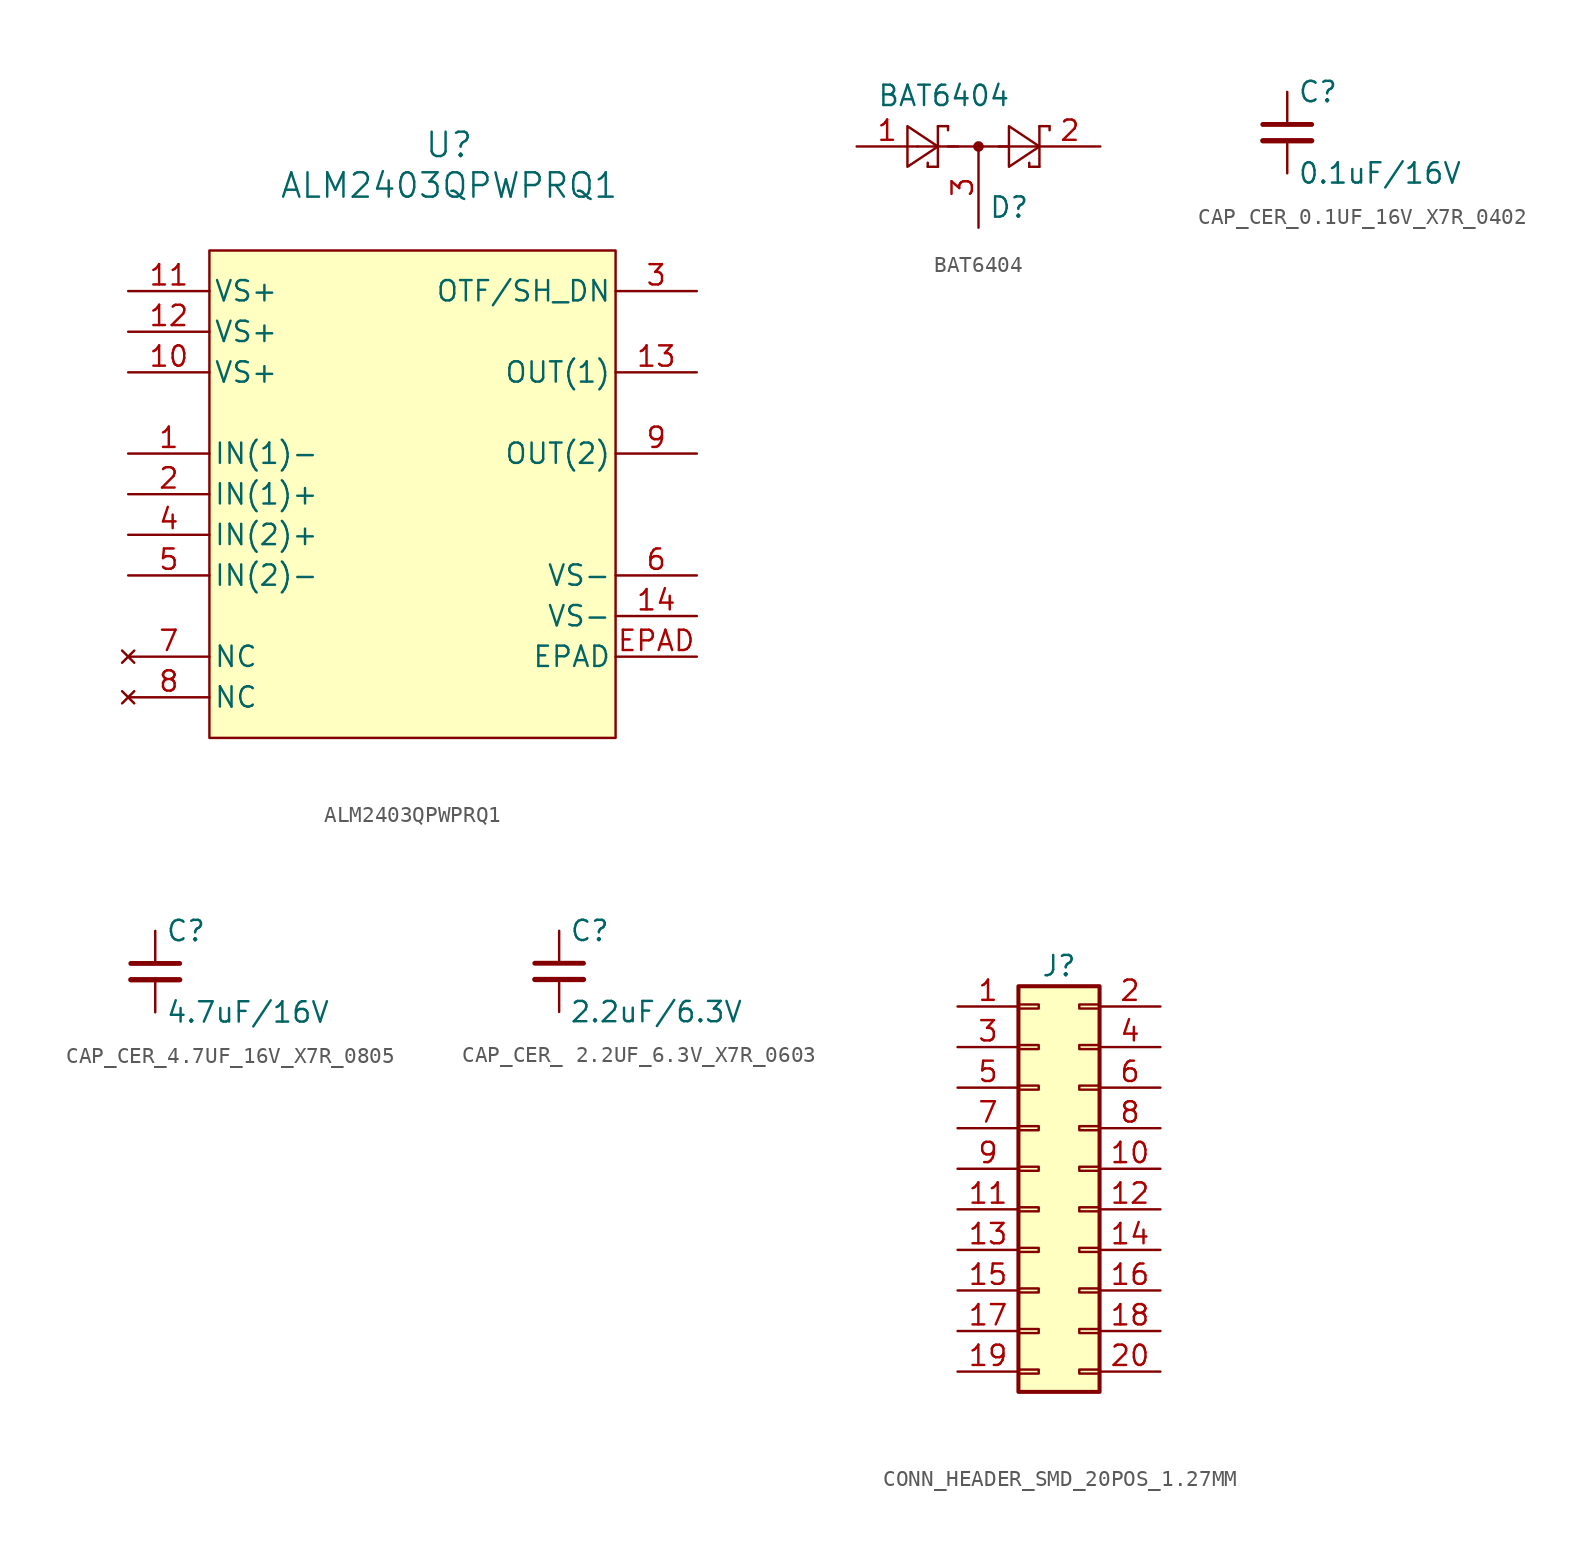
<source format=kicad_sym>
(kicad_symbol_lib
  (version 20231120)
  (generator "kicad_symbol_editor")
  (generator_version "8.0")
  (symbol "ALM2403QPWPRQ1"
    (pin_names
      (offset 0.254))
    (property "Reference" "U"
      (at 20.066 9.144 0)
      (effects (font (size 1.524 1.524))))
    (property "Value" "ALM2403QPWPRQ1"
      (at 20.066 6.604 0)
      (effects (font (size 1.524 1.524))))
    (symbol "ALM2403QPWPRQ1_0_1"
      (pin input line (at 0 -10.16 0) (length 5.08) (name "IN(1)-" (effects (font (size 1.27 1.27)))) (number "1" (effects (font (size 1.27 1.27)))))
      (pin power_in line (at 0 -5.08 0) (length 5.08) (name "VS+" (effects (font (size 1.27 1.27)))) (number "10" (effects (font (size 1.27 1.27)))))
      (pin power_in line (at 0 0 0) (length 5.08) (name "VS+" (effects (font (size 1.27 1.27)))) (number "11" (effects (font (size 1.27 1.27)))))
      (pin power_in line (at 0 -2.54 0) (length 5.08) (name "VS+" (effects (font (size 1.27 1.27)))) (number "12" (effects (font (size 1.27 1.27)))))
      (pin output line (at 35.56 -5.08 180) (length 5.08) (name "OUT(1)" (effects (font (size 1.27 1.27)))) (number "13" (effects (font (size 1.27 1.27)))))
      (pin power_in line (at 35.56 -20.32 180) (length 5.08) (name "VS-" (effects (font (size 1.27 1.27)))) (number "14" (effects (font (size 1.27 1.27)))))
      (pin input line (at 0 -12.7 0) (length 5.08) (name "IN(1)+" (effects (font (size 1.27 1.27)))) (number "2" (effects (font (size 1.27 1.27)))))
      (pin input line (at 35.56 0 180) (length 5.08) (name "OTF/SH_DN" (effects (font (size 1.27 1.27)))) (number "3" (effects (font (size 1.27 1.27)))))
      (pin input line (at 0 -15.24 0) (length 5.08) (name "IN(2)+" (effects (font (size 1.27 1.27)))) (number "4" (effects (font (size 1.27 1.27)))))
      (pin input line (at 0 -17.78 0) (length 5.08) (name "IN(2)-" (effects (font (size 1.27 1.27)))) (number "5" (effects (font (size 1.27 1.27)))))
      (pin power_in line (at 35.56 -17.78 180) (length 5.08) (name "VS-" (effects (font (size 1.27 1.27)))) (number "6" (effects (font (size 1.27 1.27)))))
      (pin no_connect line (at 0 -22.86 0) (length 5.08) (name "NC" (effects (font (size 1.27 1.27)))) (number "7" (effects (font (size 1.27 1.27)))))
      (pin no_connect line (at 0 -25.4 0) (length 5.08) (name "NC" (effects (font (size 1.27 1.27)))) (number "8" (effects (font (size 1.27 1.27)))))
      (pin output line (at 35.56 -10.16 180) (length 5.08) (name "OUT(2)" (effects (font (size 1.27 1.27)))) (number "9" (effects (font (size 1.27 1.27)))))
      (pin power_in line (at 35.56 -22.86 180) (length 5.08) (name "EPAD" (effects (font (size 1.27 1.27)))) (number "EPAD" (effects (font (size 1.27 1.27))))))
    (symbol "ALM2403QPWPRQ1_1_1"
      (rectangle (start 5.08 2.54) (end 30.48 -27.94) (stroke (width 0) (type default)) (fill (type background)))))
  (symbol "BAT6404"
    (pin_names
      (offset 1.016))
    (property "Reference" "D"
      (at 0.635 -3.81 0)
      (effects (font (size 1.27 1.27)) (justify left)))
    (property "Value" "BAT6404"
      (at -6.35 3.175 0)
      (effects (font (size 1.27 1.27)) (justify left)))
    (symbol "BAT6404_0_1"
      (polyline (pts (xy -3.81 0) (xy -1.27 0)) (stroke (width 0) (type default)) (fill (type none)))
      (polyline (pts (xy -3.175 -1.27) (xy -3.175 -1.016)) (stroke (width 0) (type default)) (fill (type none)))
      (polyline (pts (xy -2.54 -1.27) (xy -3.175 -1.27)) (stroke (width 0) (type default)) (fill (type none)))
      (polyline (pts (xy -2.54 -1.27) (xy -2.54 1.27)) (stroke (width 0) (type default)) (fill (type none)))
      (polyline (pts (xy -2.54 1.27) (xy -1.905 1.27)) (stroke (width 0) (type default)) (fill (type none)))
      (polyline (pts (xy -1.905 0) (xy 1.905 0)) (stroke (width 0) (type default)) (fill (type none)))
      (polyline (pts (xy -1.905 1.27) (xy -1.905 1.016)) (stroke (width 0) (type default)) (fill (type none)))
      (polyline (pts (xy 1.27 0) (xy 3.81 0)) (stroke (width 0) (type default)) (fill (type none)))
      (polyline (pts (xy 3.175 -1.27) (xy 3.175 -1.016)) (stroke (width 0) (type default)) (fill (type none)))
      (polyline (pts (xy 3.81 -1.27) (xy 3.175 -1.27)) (stroke (width 0) (type default)) (fill (type none)))
      (polyline (pts (xy 3.81 -1.27) (xy 3.81 1.27)) (stroke (width 0) (type default)) (fill (type none)))
      (polyline (pts (xy 3.81 1.27) (xy 4.445 1.27)) (stroke (width 0) (type default)) (fill (type none)))
      (polyline (pts (xy 4.445 1.27) (xy 4.445 1.016)) (stroke (width 0) (type default)) (fill (type none)))
      (polyline (pts (xy -4.445 1.27) (xy -4.445 -1.27) (xy -2.54 0) (xy -4.445 1.27)) (stroke (width 0) (type default)) (fill (type none)))
      (polyline (pts (xy 1.905 1.27) (xy 1.905 -1.27) (xy 3.81 0) (xy 1.905 1.27)) (stroke (width 0) (type default)) (fill (type none)))
      (circle (center 0 0) (radius 0.254) (stroke (width 0) (type default)) (fill (type outline))))
    (symbol "BAT6404_1_1"
      (pin passive line (at -7.62 0 0) (length 3.81) (name "~" (effects (font (size 1.27 1.27)))) (number "1" (effects (font (size 1.27 1.27)))))
      (pin passive line (at 7.62 0 180) (length 3.81) (name "~" (effects (font (size 1.27 1.27)))) (number "2" (effects (font (size 1.27 1.27)))))
      (pin passive line (at 0 -5.08 90) (length 5.08) (name "~" (effects (font (size 1.27 1.27)))) (number "3" (effects (font (size 1.27 1.27)))))))
  (symbol "CAP_CER_0.1UF_16V_X7R_0402"
    (pin_numbers hide)
    (pin_names
      (offset 0.254))
    (property "Reference" "C"
      (at 0.635 2.54 0)
      (effects (font (size 1.27 1.27)) (justify left)))
    (property "Value" "0.1uF/16V"
      (at 0.635 -2.54 0)
      (effects (font (size 1.27 1.27)) (justify left)))
    (symbol "CAP_CER_0.1UF_16V_X7R_0402_0_1"
      (polyline (pts (xy -1.524 -0.508) (xy 1.524 -0.508)) (stroke (width 0.33) (type default)) (fill (type none)))
      (polyline (pts (xy -1.524 0.508) (xy 1.524 0.508)) (stroke (width 0.305) (type default)) (fill (type none))))
    (symbol "CAP_CER_0.1UF_16V_X7R_0402_1_1"
      (pin passive line (at 0 2.54 270) (length 2.032) (name "~" (effects (font (size 1.27 1.27)))) (number "1" (effects (font (size 1.27 1.27)))))
      (pin passive line (at 0 -2.54 90) (length 2.032) (name "~" (effects (font (size 1.27 1.27)))) (number "2" (effects (font (size 1.27 1.27)))))))
  (symbol "CAP_CER_4.7UF_16V_X7R_0805"
    (pin_numbers hide)
    (pin_names
      (offset 0.254))
    (property "Reference" "C"
      (at 0.635 2.54 0)
      (effects (font (size 1.27 1.27)) (justify left)))
    (property "Value" "4.7uF/16V"
      (at 0.635 -2.54 0)
      (effects (font (size 1.27 1.27)) (justify left)))
    (symbol "CAP_CER_4.7UF_16V_X7R_0805_0_1"
      (polyline (pts (xy -1.524 -0.508) (xy 1.524 -0.508)) (stroke (width 0.33) (type default)) (fill (type none)))
      (polyline (pts (xy -1.524 0.508) (xy 1.524 0.508)) (stroke (width 0.305) (type default)) (fill (type none))))
    (symbol "CAP_CER_4.7UF_16V_X7R_0805_1_1"
      (pin passive line (at 0 2.54 270) (length 2.032) (name "~" (effects (font (size 1.27 1.27)))) (number "1" (effects (font (size 1.27 1.27)))))
      (pin passive line (at 0 -2.54 90) (length 2.032) (name "~" (effects (font (size 1.27 1.27)))) (number "2" (effects (font (size 1.27 1.27)))))))
  (symbol "CAP_CER_ 2.2UF_6.3V_X7R_0603"
    (pin_numbers hide)
    (pin_names
      (offset 0.254))
    (property "Reference" "C"
      (at 0.635 2.54 0)
      (effects (font (size 1.27 1.27)) (justify left)))
    (property "Value" "2.2uF/6.3V"
      (at 0.635 -2.54 0)
      (effects (font (size 1.27 1.27)) (justify left)))
    (symbol "CAP_CER_ 2.2UF_6.3V_X7R_0603_0_1"
      (polyline (pts (xy -1.524 -0.508) (xy 1.524 -0.508)) (stroke (width 0.33) (type default)) (fill (type none)))
      (polyline (pts (xy -1.524 0.508) (xy 1.524 0.508)) (stroke (width 0.305) (type default)) (fill (type none))))
    (symbol "CAP_CER_ 2.2UF_6.3V_X7R_0603_1_1"
      (pin passive line (at 0 2.54 270) (length 2.032) (name "~" (effects (font (size 1.27 1.27)))) (number "1" (effects (font (size 1.27 1.27)))))
      (pin passive line (at 0 -2.54 90) (length 2.032) (name "~" (effects (font (size 1.27 1.27)))) (number "2" (effects (font (size 1.27 1.27)))))))
  (symbol "CONN_HEADER_SMD_20POS_1.27MM"
    (pin_names
      (offset 1.016) hide)
    (property "Reference" "J"
      (at 1.27 12.7 0)
      (effects (font (size 1.27 1.27))))
    (property "Value" ""
      (at 1.27 -15.24 0)
      (effects (font (size 1.27 1.27))))
    (symbol "CONN_HEADER_SMD_20POS_1.27MM_1_1"
      (rectangle (start -1.27 -12.573) (end 0 -12.827) (stroke (width 0.152) (type default)) (fill (type none)))
      (rectangle (start -1.27 -10.033) (end 0 -10.287) (stroke (width 0.152) (type default)) (fill (type none)))
      (rectangle (start -1.27 -7.493) (end 0 -7.747) (stroke (width 0.152) (type default)) (fill (type none)))
      (rectangle (start -1.27 -4.953) (end 0 -5.207) (stroke (width 0.152) (type default)) (fill (type none)))
      (rectangle (start -1.27 -2.413) (end 0 -2.667) (stroke (width 0.152) (type default)) (fill (type none)))
      (rectangle (start -1.27 0.127) (end 0 -0.127) (stroke (width 0.152) (type default)) (fill (type none)))
      (rectangle (start -1.27 2.667) (end 0 2.413) (stroke (width 0.152) (type default)) (fill (type none)))
      (rectangle (start -1.27 5.207) (end 0 4.953) (stroke (width 0.152) (type default)) (fill (type none)))
      (rectangle (start -1.27 7.747) (end 0 7.493) (stroke (width 0.152) (type default)) (fill (type none)))
      (rectangle (start -1.27 10.287) (end 0 10.033) (stroke (width 0.152) (type default)) (fill (type none)))
      (rectangle (start -1.27 11.43) (end 3.81 -13.97) (stroke (width 0.254) (type default)) (fill (type background)))
      (rectangle (start 3.81 -12.573) (end 2.54 -12.827) (stroke (width 0.152) (type default)) (fill (type none)))
      (rectangle (start 3.81 -10.033) (end 2.54 -10.287) (stroke (width 0.152) (type default)) (fill (type none)))
      (rectangle (start 3.81 -7.493) (end 2.54 -7.747) (stroke (width 0.152) (type default)) (fill (type none)))
      (rectangle (start 3.81 -4.953) (end 2.54 -5.207) (stroke (width 0.152) (type default)) (fill (type none)))
      (rectangle (start 3.81 -2.413) (end 2.54 -2.667) (stroke (width 0.152) (type default)) (fill (type none)))
      (rectangle (start 3.81 0.127) (end 2.54 -0.127) (stroke (width 0.152) (type default)) (fill (type none)))
      (rectangle (start 3.81 2.667) (end 2.54 2.413) (stroke (width 0.152) (type default)) (fill (type none)))
      (rectangle (start 3.81 5.207) (end 2.54 4.953) (stroke (width 0.152) (type default)) (fill (type none)))
      (rectangle (start 3.81 7.747) (end 2.54 7.493) (stroke (width 0.152) (type default)) (fill (type none)))
      (rectangle (start 3.81 10.287) (end 2.54 10.033) (stroke (width 0.152) (type default)) (fill (type none)))
      (pin passive line (at -5.08 10.16 0) (length 3.81) (name "Pin_1" (effects (font (size 1.27 1.27)))) (number "1" (effects (font (size 1.27 1.27)))))
      (pin passive line (at 7.62 0 180) (length 3.81) (name "Pin_10" (effects (font (size 1.27 1.27)))) (number "10" (effects (font (size 1.27 1.27)))))
      (pin passive line (at -5.08 -2.54 0) (length 3.81) (name "Pin_11" (effects (font (size 1.27 1.27)))) (number "11" (effects (font (size 1.27 1.27)))))
      (pin passive line (at 7.62 -2.54 180) (length 3.81) (name "Pin_12" (effects (font (size 1.27 1.27)))) (number "12" (effects (font (size 1.27 1.27)))))
      (pin passive line (at -5.08 -5.08 0) (length 3.81) (name "Pin_13" (effects (font (size 1.27 1.27)))) (number "13" (effects (font (size 1.27 1.27)))))
      (pin passive line (at 7.62 -5.08 180) (length 3.81) (name "Pin_14" (effects (font (size 1.27 1.27)))) (number "14" (effects (font (size 1.27 1.27)))))
      (pin passive line (at -5.08 -7.62 0) (length 3.81) (name "Pin_15" (effects (font (size 1.27 1.27)))) (number "15" (effects (font (size 1.27 1.27)))))
      (pin passive line (at 7.62 -7.62 180) (length 3.81) (name "Pin_16" (effects (font (size 1.27 1.27)))) (number "16" (effects (font (size 1.27 1.27)))))
      (pin passive line (at -5.08 -10.16 0) (length 3.81) (name "Pin_17" (effects (font (size 1.27 1.27)))) (number "17" (effects (font (size 1.27 1.27)))))
      (pin passive line (at 7.62 -10.16 180) (length 3.81) (name "Pin_18" (effects (font (size 1.27 1.27)))) (number "18" (effects (font (size 1.27 1.27)))))
      (pin passive line (at -5.08 -12.7 0) (length 3.81) (name "Pin_19" (effects (font (size 1.27 1.27)))) (number "19" (effects (font (size 1.27 1.27)))))
      (pin passive line (at 7.62 10.16 180) (length 3.81) (name "Pin_2" (effects (font (size 1.27 1.27)))) (number "2" (effects (font (size 1.27 1.27)))))
      (pin passive line (at 7.62 -12.7 180) (length 3.81) (name "Pin_20" (effects (font (size 1.27 1.27)))) (number "20" (effects (font (size 1.27 1.27)))))
      (pin passive line (at -5.08 7.62 0) (length 3.81) (name "Pin_3" (effects (font (size 1.27 1.27)))) (number "3" (effects (font (size 1.27 1.27)))))
      (pin passive line (at 7.62 7.62 180) (length 3.81) (name "Pin_4" (effects (font (size 1.27 1.27)))) (number "4" (effects (font (size 1.27 1.27)))))
      (pin passive line (at -5.08 5.08 0) (length 3.81) (name "Pin_5" (effects (font (size 1.27 1.27)))) (number "5" (effects (font (size 1.27 1.27)))))
      (pin passive line (at 7.62 5.08 180) (length 3.81) (name "Pin_6" (effects (font (size 1.27 1.27)))) (number "6" (effects (font (size 1.27 1.27)))))
      (pin passive line (at -5.08 2.54 0) (length 3.81) (name "Pin_7" (effects (font (size 1.27 1.27)))) (number "7" (effects (font (size 1.27 1.27)))))
      (pin passive line (at 7.62 2.54 180) (length 3.81) (name "Pin_8" (effects (font (size 1.27 1.27)))) (number "8" (effects (font (size 1.27 1.27)))))
      (pin passive line (at -5.08 0 0) (length 3.81) (name "Pin_9" (effects (font (size 1.27 1.27)))) (number "9" (effects (font (size 1.27 1.27))))))))
</source>
